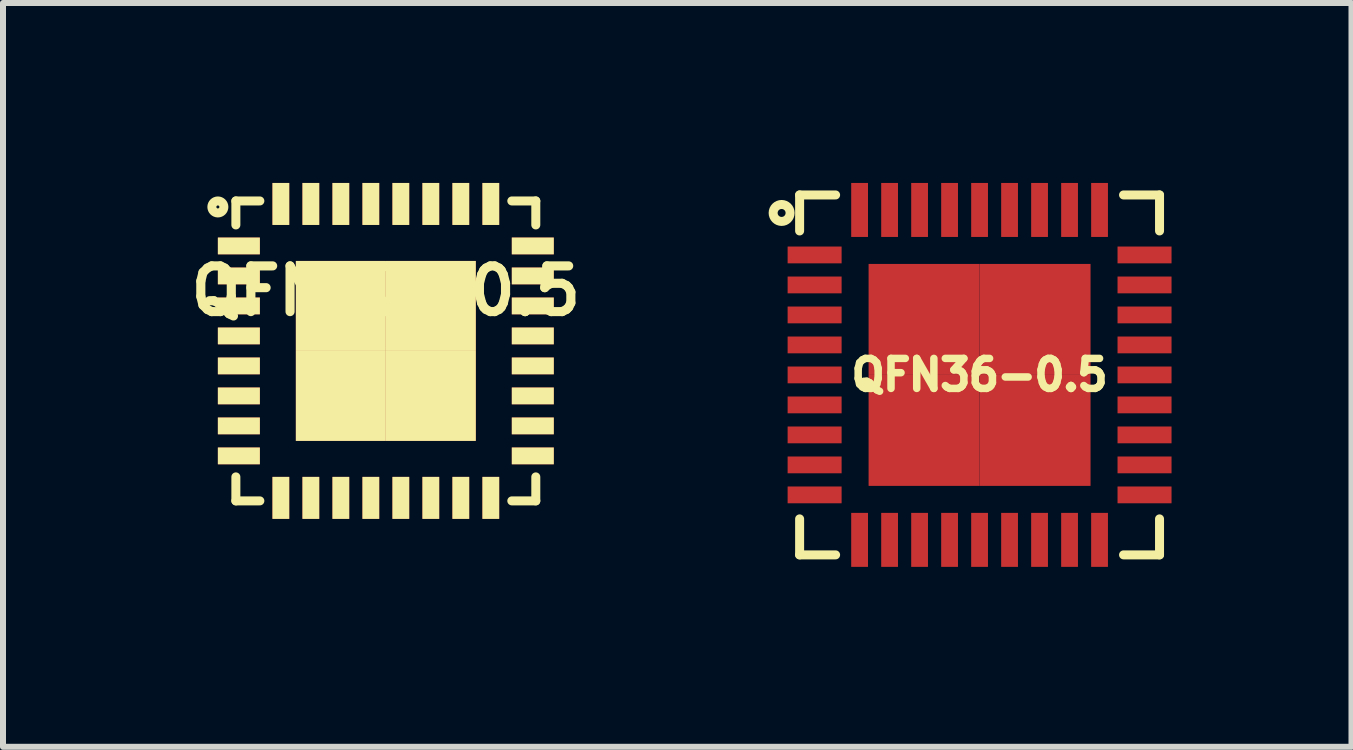
<source format=kicad_pcb>
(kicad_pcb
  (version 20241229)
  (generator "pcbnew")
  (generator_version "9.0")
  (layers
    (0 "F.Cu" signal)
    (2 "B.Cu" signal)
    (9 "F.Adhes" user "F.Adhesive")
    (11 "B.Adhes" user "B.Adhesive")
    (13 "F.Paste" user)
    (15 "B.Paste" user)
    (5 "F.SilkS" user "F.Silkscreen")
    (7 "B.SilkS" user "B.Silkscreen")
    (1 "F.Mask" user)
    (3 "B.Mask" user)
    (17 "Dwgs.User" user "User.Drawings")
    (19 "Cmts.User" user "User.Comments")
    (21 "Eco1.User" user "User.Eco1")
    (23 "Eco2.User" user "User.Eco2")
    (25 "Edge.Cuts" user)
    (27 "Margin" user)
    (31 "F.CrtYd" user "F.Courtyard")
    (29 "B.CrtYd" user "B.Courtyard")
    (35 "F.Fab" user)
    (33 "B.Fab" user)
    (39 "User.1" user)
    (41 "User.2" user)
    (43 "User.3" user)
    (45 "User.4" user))
  (footprint "QFN32-0.5"
    (layer "F.Cu")
    (at 3.382 2.8)
    (property "Reference" "QFN32-0.5" (at 0 -1 0) (layer "F.SilkS") (effects (font (size 0.762 0.762) (thickness 0.152))))
    (attr smd)
    (fp_line (start -2.5 -2.5) (end -2.1 -2.5) (stroke (width 0.15) (type solid)) (layer "F.SilkS"))
    (fp_line (start -2.5 -2.1) (end -2.5 -2.5) (stroke (width 0.15) (type solid)) (layer "F.SilkS"))
    (fp_line (start -2.5 2.1) (end -2.5 2.5) (stroke (width 0.15) (type solid)) (layer "F.SilkS"))
    (fp_line (start -2.5 2.5) (end -2.1 2.5) (stroke (width 0.15) (type solid)) (layer "F.SilkS"))
    (fp_line (start 2.1 -2.5) (end 2.5 -2.5) (stroke (width 0.15) (type solid)) (layer "F.SilkS"))
    (fp_line (start 2.1 2.5) (end 2.5 2.5) (stroke (width 0.15) (type solid)) (layer "F.SilkS"))
    (fp_line (start 2.5 -2.5) (end 2.5 -2.1) (stroke (width 0.15) (type solid)) (layer "F.SilkS"))
    (fp_line (start 2.5 2.5) (end 2.5 2.1) (stroke (width 0.15) (type solid)) (layer "F.SilkS"))
    (fp_circle (center -2.8 -2.4) (end -2.7 -2.4) (stroke (width 0.15) (type solid)) (fill no) (layer "F.SilkS"))
    (pad "1" smd rect (at -2.45 -1.75 90) (size 0.28 0.7) (layers "F.Cu" "F.Mask" "F.SilkS" "F.Paste"))
    (pad "2" smd rect (at -2.45 -1.25 90) (size 0.28 0.7) (layers "F.Cu" "F.Mask" "F.SilkS" "F.Paste"))
    (pad "3" smd rect (at -2.45 -0.75 90) (size 0.28 0.7) (layers "F.Cu" "F.Mask" "F.SilkS" "F.Paste"))
    (pad "4" smd rect (at -2.45 -0.25 90) (size 0.28 0.7) (layers "F.Cu" "F.Mask" "F.SilkS" "F.Paste"))
    (pad "5" smd rect (at -2.45 0.25 90) (size 0.28 0.7) (layers "F.Cu" "F.Mask" "F.SilkS" "F.Paste"))
    (pad "6" smd rect (at -2.45 0.75 90) (size 0.28 0.7) (layers "F.Cu" "F.Mask" "F.SilkS" "F.Paste"))
    (pad "7" smd rect (at -2.45 1.25 90) (size 0.28 0.7) (layers "F.Cu" "F.Mask" "F.SilkS" "F.Paste"))
    (pad "8" smd rect (at -2.45 1.75 90) (size 0.28 0.7) (layers "F.Cu" "F.Mask" "F.SilkS" "F.Paste"))
    (pad "9" smd rect (at -1.75 2.45) (size 0.28 0.7) (layers "F.Cu" "F.Mask" "F.SilkS" "F.Paste"))
    (pad "10" smd rect (at -1.25 2.45) (size 0.28 0.7) (layers "F.Cu" "F.Mask" "F.SilkS" "F.Paste"))
    (pad "11" smd rect (at -0.75 2.45) (size 0.28 0.7) (layers "F.Cu" "F.Mask" "F.SilkS" "F.Paste"))
    (pad "12" smd rect (at -0.25 2.45) (size 0.28 0.7) (layers "F.Cu" "F.Mask" "F.SilkS" "F.Paste"))
    (pad "13" smd rect (at 0.25 2.45) (size 0.28 0.7) (layers "F.Cu" "F.Mask" "F.SilkS" "F.Paste"))
    (pad "14" smd rect (at 0.75 2.45) (size 0.28 0.7) (layers "F.Cu" "F.Mask" "F.SilkS" "F.Paste"))
    (pad "15" smd rect (at 1.25 2.45) (size 0.28 0.7) (layers "F.Cu" "F.Mask" "F.SilkS" "F.Paste"))
    (pad "16" smd rect (at 1.75 2.45) (size 0.28 0.7) (layers "F.Cu" "F.Mask" "F.SilkS" "F.Paste"))
    (pad "17" smd rect (at 2.45 1.75 90) (size 0.28 0.7) (layers "F.Cu" "F.Mask" "F.SilkS" "F.Paste"))
    (pad "18" smd rect (at 2.45 1.25 90) (size 0.28 0.7) (layers "F.Cu" "F.Mask" "F.SilkS" "F.Paste"))
    (pad "19" smd rect (at 2.45 0.75 90) (size 0.28 0.7) (layers "F.Cu" "F.Mask" "F.SilkS" "F.Paste"))
    (pad "20" smd rect (at 2.45 0.25 90) (size 0.28 0.7) (layers "F.Cu" "F.Mask" "F.SilkS" "F.Paste"))
    (pad "21" smd rect (at 2.45 -0.25 90) (size 0.28 0.7) (layers "F.Cu" "F.Mask" "F.SilkS" "F.Paste"))
    (pad "22" smd rect (at 2.45 -0.75 90) (size 0.28 0.7) (layers "F.Cu" "F.Mask" "F.SilkS" "F.Paste"))
    (pad "23" smd rect (at 2.45 -1.25 90) (size 0.28 0.7) (layers "F.Cu" "F.Mask" "F.SilkS" "F.Paste"))
    (pad "24" smd rect (at 2.45 -1.75 90) (size 0.28 0.7) (layers "F.Cu" "F.Mask" "F.SilkS" "F.Paste"))
    (pad "25" smd rect (at 1.75 -2.45) (size 0.28 0.7) (layers "F.Cu" "F.Mask" "F.SilkS" "F.Paste"))
    (pad "26" smd rect (at 1.25 -2.45) (size 0.28 0.7) (layers "F.Cu" "F.Mask" "F.SilkS" "F.Paste"))
    (pad "27" smd rect (at 0.75 -2.45) (size 0.28 0.7) (layers "F.Cu" "F.Mask" "F.SilkS" "F.Paste"))
    (pad "28" smd rect (at 0.25 -2.45) (size 0.28 0.7) (layers "F.Cu" "F.Mask" "F.SilkS" "F.Paste"))
    (pad "29" smd rect (at -0.25 -2.45) (size 0.28 0.7) (layers "F.Cu" "F.Mask" "F.SilkS" "F.Paste"))
    (pad "30" smd rect (at -0.75 -2.45) (size 0.28 0.7) (layers "F.Cu" "F.Mask" "F.SilkS" "F.Paste"))
    (pad "31" smd rect (at -1.25 -2.45) (size 0.28 0.7) (layers "F.Cu" "F.Mask" "F.SilkS" "F.Paste"))
    (pad "32" smd rect (at -1.75 -2.45) (size 0.28 0.7) (layers "F.Cu" "F.Mask" "F.SilkS" "F.Paste"))
    (pad "33" smd rect (at -0.75 -0.75) (size 1.5 1.5) (layers "F.Cu" "F.Mask" "F.SilkS" "F.Paste"))
    (pad "33" smd rect (at -0.75 0.75) (size 1.5 1.5) (layers "F.Cu" "F.Mask" "F.SilkS" "F.Paste"))
    (pad "33" smd rect (at 0.75 -0.75) (size 1.5 1.5) (layers "F.Cu" "F.Mask" "F.SilkS" "F.Paste"))
    (pad "33" smd rect (at 0.75 0.75) (size 1.5 1.5) (layers "F.Cu" "F.Mask" "F.SilkS" "F.Paste")))
  (footprint "QFN36-0.5"
    (layer "F.Cu")
    (at 13.28 3.2)
    (property "Reference" "QFN36-0.5" (at 0 0 0) (layer "F.SilkS") (effects (font (size 0.5 0.5) (thickness 0.125))))
    (attr through_hole)
    (fp_line (start -3 -3) (end -2.4 -3) (stroke (width 0.15) (type solid)) (layer "F.SilkS"))
    (fp_line (start -3 -2.4) (end -3 -3) (stroke (width 0.15) (type solid)) (layer "F.SilkS"))
    (fp_line (start -3 3) (end -3 2.4) (stroke (width 0.15) (type solid)) (layer "F.SilkS"))
    (fp_line (start -2.4 3) (end -3 3) (stroke (width 0.15) (type solid)) (layer "F.SilkS"))
    (fp_line (start 2.4 -3) (end 3 -3) (stroke (width 0.15) (type solid)) (layer "F.SilkS"))
    (fp_line (start 3 -3) (end 3 -2.4) (stroke (width 0.15) (type solid)) (layer "F.SilkS"))
    (fp_line (start 3 2.4) (end 3 3) (stroke (width 0.15) (type solid)) (layer "F.SilkS"))
    (fp_line (start 3 3) (end 2.4 3) (stroke (width 0.15) (type solid)) (layer "F.SilkS"))
    (fp_circle (center -3.3 -2.7) (end -3.2 -2.6) (stroke (width 0.15) (type solid)) (fill no) (layer "F.SilkS"))
    (pad "1" smd trapezoid (at -2.75 -2) (size 0.9 0.28) (layers "F.Cu" "F.Mask" "F.Paste"))
    (pad "2" smd trapezoid (at -2.75 -1.5) (size 0.9 0.28) (layers "F.Cu" "F.Mask" "F.Paste"))
    (pad "3" smd trapezoid (at -2.75 -1) (size 0.9 0.28) (layers "F.Cu" "F.Mask" "F.Paste"))
    (pad "4" smd trapezoid (at -2.75 -0.5) (size 0.9 0.28) (layers "F.Cu" "F.Mask" "F.Paste"))
    (pad "5" smd trapezoid (at -2.75 0) (size 0.9 0.28) (layers "F.Cu" "F.Mask" "F.Paste"))
    (pad "6" smd trapezoid (at -2.75 0.5) (size 0.9 0.28) (layers "F.Cu" "F.Mask" "F.Paste"))
    (pad "7" smd trapezoid (at -2.75 1) (size 0.9 0.28) (layers "F.Cu" "F.Mask" "F.Paste"))
    (pad "8" smd trapezoid (at -2.75 1.5) (size 0.9 0.28) (layers "F.Cu" "F.Mask" "F.Paste"))
    (pad "9" smd trapezoid (at -2.75 2) (size 0.9 0.28) (layers "F.Cu" "F.Mask" "F.Paste"))
    (pad "10" smd trapezoid (at -2 2.75 90) (size 0.9 0.28) (layers "F.Cu" "F.Mask" "F.Paste"))
    (pad "11" smd trapezoid (at -1.5 2.75 90) (size 0.9 0.28) (layers "F.Cu" "F.Mask" "F.Paste"))
    (pad "12" smd trapezoid (at -1 2.75 90) (size 0.9 0.28) (layers "F.Cu" "F.Mask" "F.Paste"))
    (pad "13" smd trapezoid (at -0.5 2.75 90) (size 0.9 0.28) (layers "F.Cu" "F.Mask" "F.Paste"))
    (pad "14" smd trapezoid (at 0 2.75 90) (size 0.9 0.28) (layers "F.Cu" "F.Mask" "F.Paste"))
    (pad "15" smd trapezoid (at 0.5 2.75 90) (size 0.9 0.28) (layers "F.Cu" "F.Mask" "F.Paste"))
    (pad "16" smd trapezoid (at 1 2.75 90) (size 0.9 0.28) (layers "F.Cu" "F.Mask" "F.Paste"))
    (pad "17" smd trapezoid (at 1.5 2.75 90) (size 0.9 0.28) (layers "F.Cu" "F.Mask" "F.Paste"))
    (pad "18" smd trapezoid (at 2 2.75 90) (size 0.9 0.28) (layers "F.Cu" "F.Mask" "F.Paste"))
    (pad "19" smd trapezoid (at 2.75 2) (size 0.9 0.28) (layers "F.Cu" "F.Mask" "F.Paste"))
    (pad "20" smd trapezoid (at 2.75 1.5) (size 0.9 0.28) (layers "F.Cu" "F.Mask" "F.Paste"))
    (pad "21" smd trapezoid (at 2.75 1) (size 0.9 0.28) (layers "F.Cu" "F.Mask" "F.Paste"))
    (pad "22" smd trapezoid (at 2.75 0.5) (size 0.9 0.28) (layers "F.Cu" "F.Mask" "F.Paste"))
    (pad "23" smd trapezoid (at 2.75 0) (size 0.9 0.28) (layers "F.Cu" "F.Mask" "F.Paste"))
    (pad "24" smd trapezoid (at 2.75 -0.5) (size 0.9 0.28) (layers "F.Cu" "F.Mask" "F.Paste"))
    (pad "25" smd trapezoid (at 2.75 -1) (size 0.9 0.28) (layers "F.Cu" "F.Mask" "F.Paste"))
    (pad "26" smd trapezoid (at 2.75 -1.5) (size 0.9 0.28) (layers "F.Cu" "F.Mask" "F.Paste"))
    (pad "27" smd trapezoid (at 2.75 -2) (size 0.9 0.28) (layers "F.Cu" "F.Mask" "F.Paste"))
    (pad "28" smd trapezoid (at 2 -2.75 90) (size 0.9 0.28) (layers "F.Cu" "F.Mask" "F.Paste"))
    (pad "29" smd trapezoid (at 1.5 -2.75 90) (size 0.9 0.28) (layers "F.Cu" "F.Mask" "F.Paste"))
    (pad "30" smd trapezoid (at 1 -2.75 90) (size 0.9 0.28) (layers "F.Cu" "F.Mask" "F.Paste"))
    (pad "31" smd trapezoid (at 0.5 -2.75 90) (size 0.9 0.28) (layers "F.Cu" "F.Mask" "F.Paste"))
    (pad "32" smd trapezoid (at 0 -2.75 90) (size 0.9 0.28) (layers "F.Cu" "F.Mask" "F.Paste"))
    (pad "33" smd trapezoid (at -0.5 -2.75 90) (size 0.9 0.28) (layers "F.Cu" "F.Mask" "F.Paste"))
    (pad "34" smd trapezoid (at -1 -2.75 90) (size 0.9 0.28) (layers "F.Cu" "F.Mask" "F.Paste"))
    (pad "35" smd trapezoid (at -1.5 -2.75 90) (size 0.9 0.28) (layers "F.Cu" "F.Mask" "F.Paste"))
    (pad "36" smd trapezoid (at -2 -2.75 90) (size 0.9 0.28) (layers "F.Cu" "F.Mask" "F.Paste"))
    (pad "37" smd trapezoid (at -0.925 -0.925) (size 1.85 1.85) (layers "F.Cu" "F.Mask" "F.Paste"))
    (pad "37" smd trapezoid (at -0.925 0.925) (size 1.85 1.85) (layers "F.Cu" "F.Mask" "F.Paste"))
    (pad "37" smd trapezoid (at 0.925 -0.925) (size 1.85 1.85) (layers "F.Cu" "F.Mask" "F.Paste"))
    (pad "37" smd trapezoid (at 0.925 0.925) (size 1.85 1.85) (layers "F.Cu" "F.Mask" "F.Paste")))
  (gr_rect
    (start -3 -3)
    (end 19.48 9.4)
    (stroke (width 0.1) (type default))
    (fill no)
    (layer "Edge.Cuts")))
</source>
